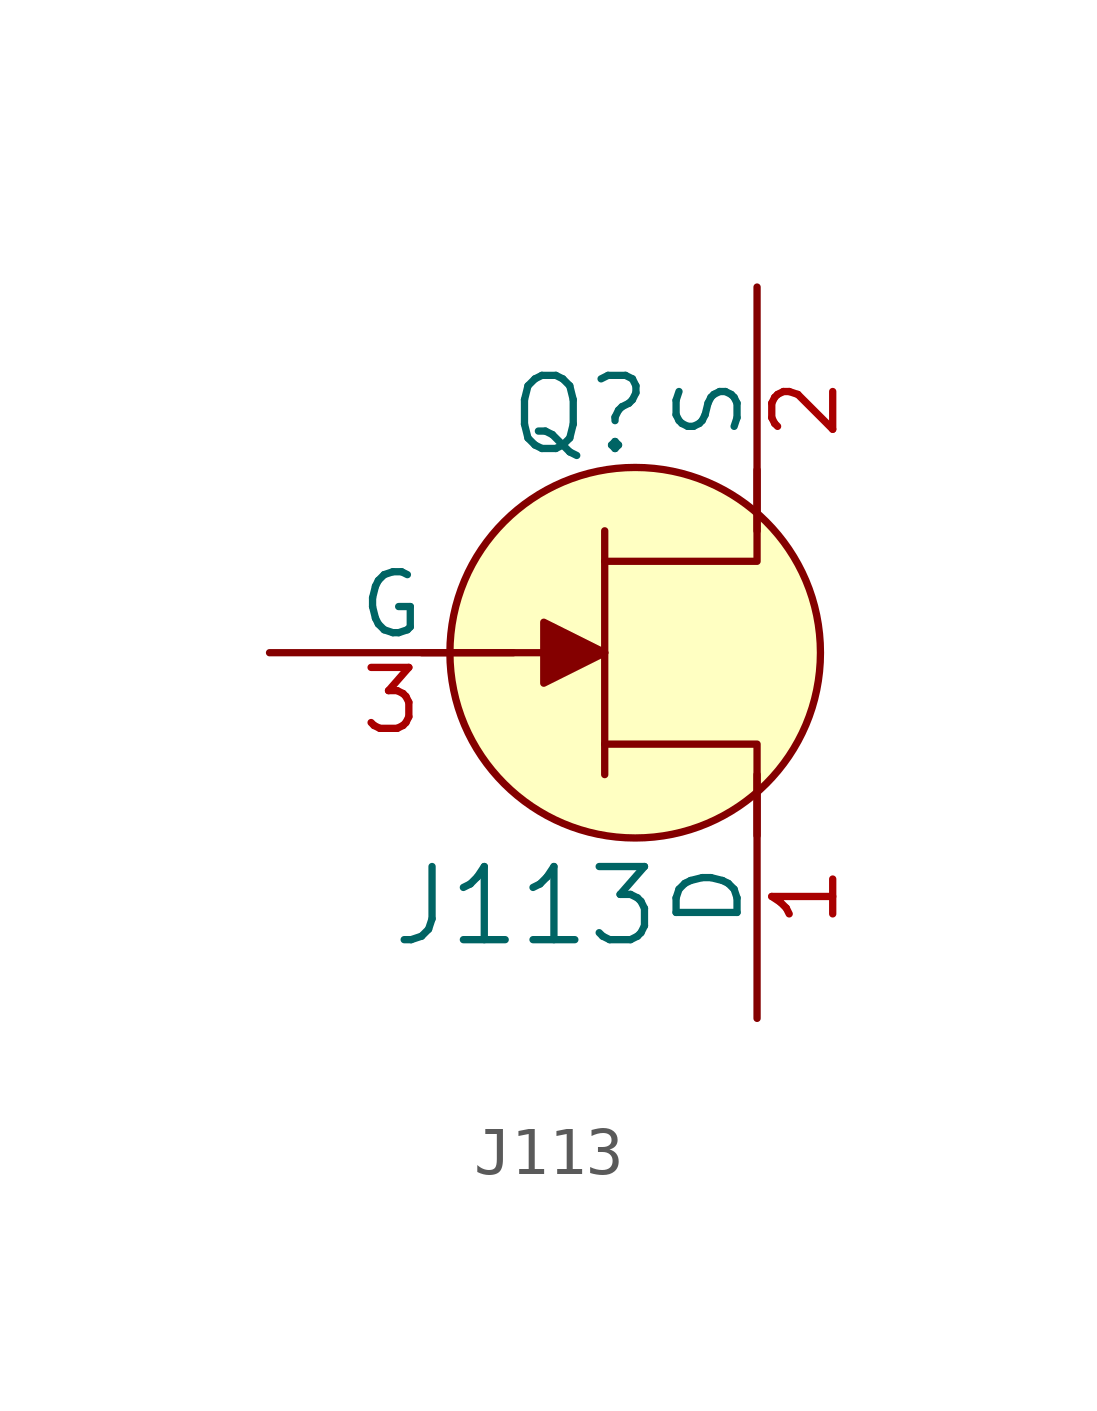
<source format=kicad_sym>
(kicad_symbol_lib
  (version 20231120)
  (generator "kicad_symbol_editor")
  (generator_version "8.0")
  (symbol "J113"
    (pin_names
      (offset 0))
    (property "Reference" "Q"
      (at 0.406 4.953 0)
      (effects (font (size 1.524 1.524)) (justify right)))
    (property "Value" "J113"
      (at 0.584 -5.283 0)
      (effects (font (size 1.524 1.524)) (justify right)))
    (symbol "J113_0_1"
      (polyline (pts (xy -0.635 -2.54) (xy -0.635 2.54)) (stroke (width 0) (type solid)) (fill (type none)))
      (polyline (pts (xy -0.635 0) (xy -4.445 0)) (stroke (width 0) (type solid)) (fill (type none)))
      (polyline (pts (xy -0.635 -1.905) (xy 2.54 -1.905) (xy 2.54 -3.81)) (stroke (width 0) (type solid)) (fill (type none)))
      (polyline (pts (xy -0.635 1.905) (xy 2.54 1.905) (xy 2.54 3.81)) (stroke (width 0) (type solid)) (fill (type none))))
    (symbol "J113_1_1"
      (polyline (pts (xy -1.905 0.635) (xy -1.905 -0.635) (xy -0.635 0) (xy -1.905 0.635)) (stroke (width 0) (type solid)) (fill (type outline)))
      (circle (center 0 0) (radius 3.861) (stroke (width 0) (type solid)) (fill (type background)))
      (pin passive line (at 2.54 -7.62 90) (length 5.08) (name "D" (effects (font (size 1.27 1.27)))) (number "1" (effects (font (size 1.27 1.27)))))
      (pin passive line (at 2.54 7.62 270) (length 5.08) (name "S" (effects (font (size 1.27 1.27)))) (number "2" (effects (font (size 1.27 1.27)))))
      (pin input line (at -7.62 0 0) (length 5.08) (name "G" (effects (font (size 1.27 1.27)))) (number "3" (effects (font (size 1.27 1.27))))))))
</source>
